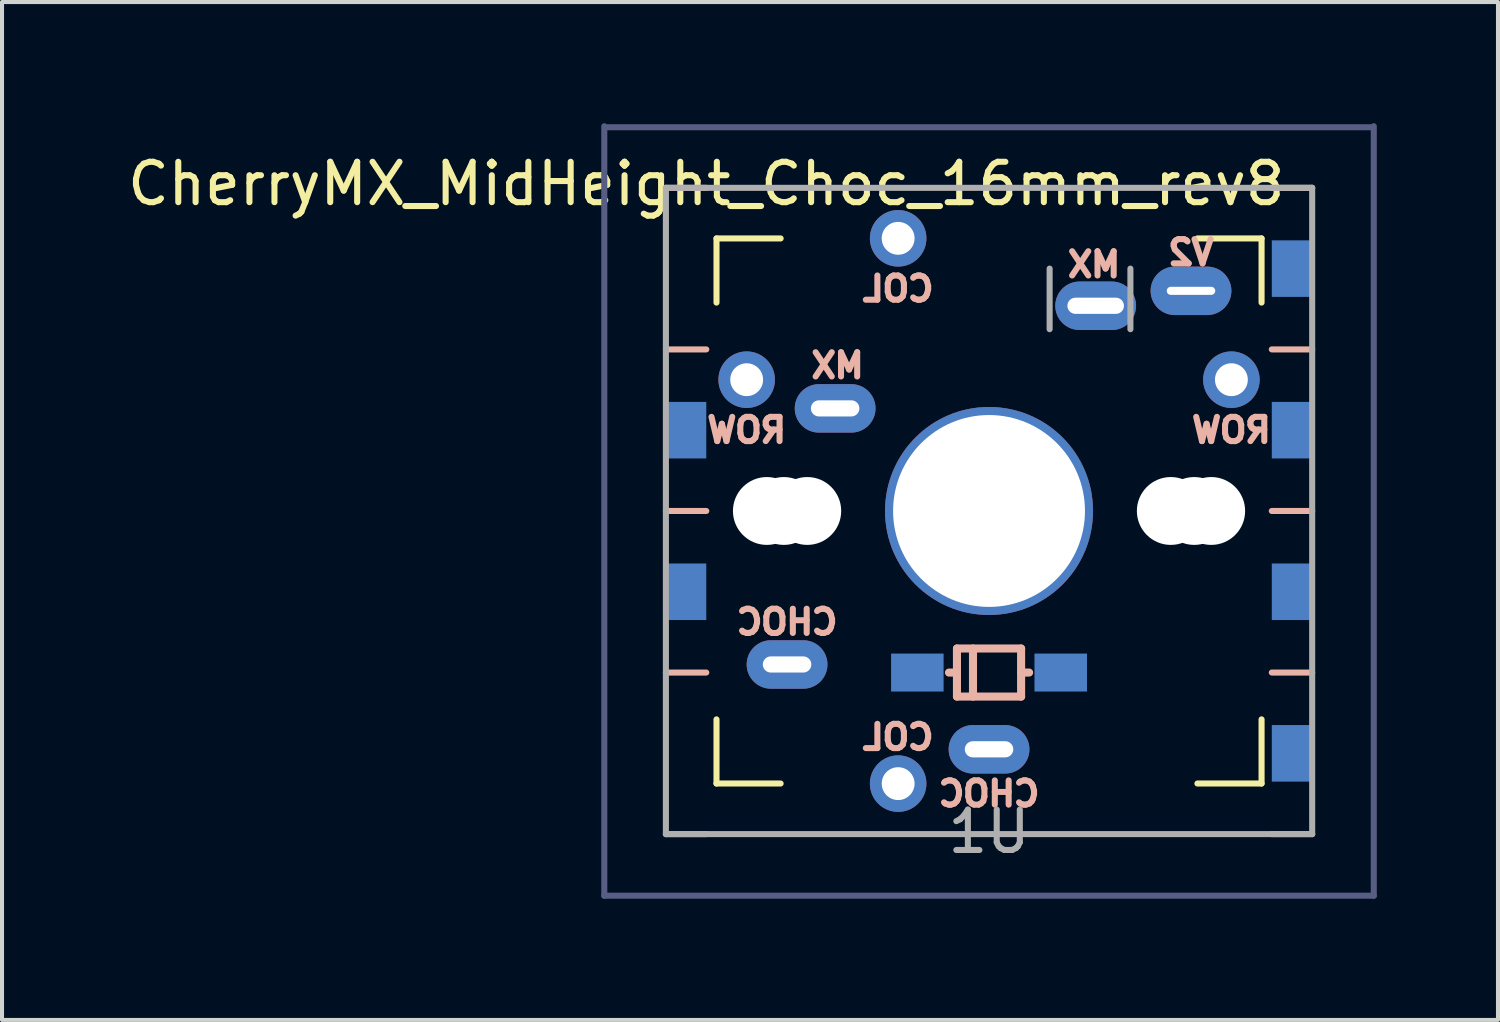
<source format=kicad_pcb>
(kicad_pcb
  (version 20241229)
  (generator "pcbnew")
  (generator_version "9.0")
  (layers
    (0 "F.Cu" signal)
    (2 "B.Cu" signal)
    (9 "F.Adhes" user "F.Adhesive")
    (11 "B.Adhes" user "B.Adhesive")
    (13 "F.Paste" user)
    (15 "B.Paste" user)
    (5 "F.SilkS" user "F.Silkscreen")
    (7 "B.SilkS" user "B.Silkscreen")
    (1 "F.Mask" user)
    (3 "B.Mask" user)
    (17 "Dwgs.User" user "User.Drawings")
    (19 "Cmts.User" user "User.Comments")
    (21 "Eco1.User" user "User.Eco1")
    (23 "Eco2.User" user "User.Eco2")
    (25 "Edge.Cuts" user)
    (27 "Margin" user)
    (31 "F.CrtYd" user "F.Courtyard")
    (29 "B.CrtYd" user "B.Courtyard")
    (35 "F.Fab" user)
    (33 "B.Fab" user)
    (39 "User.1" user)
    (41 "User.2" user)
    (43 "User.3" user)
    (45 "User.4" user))
  (footprint "CherryMX_MidHeight_Choc_16mm_rev8"
    (layer "F.Cu")
    (at 21.435 9.6)
    (property "Reference" "CherryMX_MidHeight_Choc_16mm_rev8" (at -7 -8.1 180) (layer "F.SilkS") (effects (font (size 1 1) (thickness 0.15))))
    (attr through_hole)
    (fp_line (start -6.747 -6.747) (end -5.159 -6.747) (stroke (width 0.15) (type solid)) (layer "F.SilkS"))
    (fp_line (start -6.747 -5.159) (end -6.747 -6.747) (stroke (width 0.15) (type solid)) (layer "F.SilkS"))
    (fp_line (start -6.747 6.747) (end -6.747 5.159) (stroke (width 0.15) (type solid)) (layer "F.SilkS"))
    (fp_line (start -5.159 6.747) (end -6.747 6.747) (stroke (width 0.15) (type solid)) (layer "F.SilkS"))
    (fp_line (start 5.159 -6.747) (end 6.747 -6.747) (stroke (width 0.15) (type solid)) (layer "F.SilkS"))
    (fp_line (start 6.747 -6.747) (end 6.747 -5.159) (stroke (width 0.15) (type solid)) (layer "F.SilkS"))
    (fp_line (start 6.747 5.159) (end 6.747 6.747) (stroke (width 0.15) (type solid)) (layer "F.SilkS"))
    (fp_line (start 6.747 6.747) (end 5.159 6.747) (stroke (width 0.15) (type solid)) (layer "F.SilkS"))
    (fp_line (start -7 -8) (end -8 -8) (stroke (width 0.15) (type solid)) (layer "B.SilkS"))
    (fp_line (start -7 -4) (end -8 -4) (stroke (width 0.15) (type solid)) (layer "B.SilkS"))
    (fp_line (start -7 0) (end -8 0) (stroke (width 0.15) (type solid)) (layer "B.SilkS"))
    (fp_line (start -7 4) (end -8 4) (stroke (width 0.15) (type solid)) (layer "B.SilkS"))
    (fp_line (start -7 8) (end -8 8) (stroke (width 0.15) (type solid)) (layer "B.SilkS"))
    (fp_line (start -0.992 4) (end -0.794 4) (stroke (width 0.2) (type solid)) (layer "B.SilkS"))
    (fp_line (start -0.794 3.405) (end -0.794 4.595) (stroke (width 0.2) (type solid)) (layer "B.SilkS"))
    (fp_line (start -0.794 4.595) (end 0.794 4.595) (stroke (width 0.2) (type solid)) (layer "B.SilkS"))
    (fp_line (start -0.397 4.595) (end -0.397 3.405) (stroke (width 0.2) (type solid)) (layer "B.SilkS"))
    (fp_line (start 0.794 3.405) (end -0.794 3.405) (stroke (width 0.2) (type solid)) (layer "B.SilkS"))
    (fp_line (start 0.794 4) (end 0.992 4) (stroke (width 0.2) (type solid)) (layer "B.SilkS"))
    (fp_line (start 0.794 4.595) (end 0.794 3.405) (stroke (width 0.2) (type solid)) (layer "B.SilkS"))
    (fp_line (start 8 -8) (end 7 -8) (stroke (width 0.15) (type solid)) (layer "B.SilkS"))
    (fp_line (start 8 -4) (end 7 -4) (stroke (width 0.15) (type solid)) (layer "B.SilkS"))
    (fp_line (start 8 0) (end 7 0) (stroke (width 0.15) (type solid)) (layer "B.SilkS"))
    (fp_line (start 8 4) (end 7 4) (stroke (width 0.15) (type solid)) (layer "B.SilkS"))
    (fp_line (start 8 8) (end 7 8) (stroke (width 0.15) (type solid)) (layer "B.SilkS"))
    (fp_line (start -9.525 9.525) (end -9.525 -9.525) (stroke (width 0.15) (type solid)) (layer "B.Fab"))
    (fp_line (start -9.5 -9.5) (end 9.5 -9.5) (stroke (width 0.15) (type solid)) (layer "B.Fab"))
    (fp_line (start 9.525 -9.525) (end 9.525 9.525) (stroke (width 0.15) (type solid)) (layer "B.Fab"))
    (fp_line (start 9.525 9.525) (end -9.525 9.525) (stroke (width 0.15) (type solid)) (layer "B.Fab"))
    (fp_line (start -8 -8) (end 8 -8) (stroke (width 0.15) (type solid)) (layer "F.Fab"))
    (fp_line (start -8 8) (end -8 -8) (stroke (width 0.15) (type solid)) (layer "F.Fab"))
    (fp_line (start 1.5 -6) (end 1.5 -4.5) (stroke (width 0.15) (type solid)) (layer "F.Fab"))
    (fp_line (start 3.5 -6) (end 3.5 -4.5) (stroke (width 0.15) (type solid)) (layer "F.Fab"))
    (fp_line (start 8 -8) (end 8 8) (stroke (width 0.15) (type solid)) (layer "F.Fab"))
    (fp_line (start 8 8) (end -8 8) (stroke (width 0.15) (type solid)) (layer "F.Fab"))
    (fp_text user "ROW" (at -6 -2 0) (unlocked yes) (layer "B.SilkS") (effects (font (size 0.6 0.6) (thickness 0.15)) (justify mirror)))
    (fp_text user "MX" (at -3.75 -3.6 0) (unlocked yes) (layer "B.SilkS") (effects (font (size 0.6 0.6) (thickness 0.15)) (justify mirror)))
    (fp_text user "CHOC" (at -5 2.75 0) (unlocked yes) (layer "B.SilkS") (effects (font (size 0.6 0.6) (thickness 0.15)) (justify mirror)))
    (fp_text user "ROW" (at 6 -2 0) (unlocked yes) (layer "B.SilkS") (effects (font (size 0.6 0.6) (thickness 0.15)) (justify mirror)))
    (fp_text user "CHOC" (at 0 7 0) (unlocked yes) (layer "B.SilkS") (effects (font (size 0.6 0.6) (thickness 0.15)) (justify mirror)))
    (fp_text user "COL" (at -2.25 -5.5 0) (unlocked yes) (layer "B.SilkS") (effects (font (size 0.6 0.6) (thickness 0.15)) (justify mirror)))
    (fp_text user "MX" (at 2.6 -6.1 0) (unlocked yes) (layer "B.SilkS") (effects (font (size 0.6 0.6) (thickness 0.15)) (justify mirror)))
    (fp_text user "V2" (at 5 -6.4 0) (unlocked yes) (layer "B.SilkS") (effects (font (size 0.6 0.6) (thickness 0.15)) (justify mirror)))
    (fp_text user "COL" (at -2.25 5.6 0) (unlocked yes) (layer "B.SilkS") (effects (font (size 0.6 0.6) (thickness 0.15)) (justify mirror)))
    (fp_text user "1U" (at 0 7.938 180) (layer "F.Fab") (effects (font (size 1 1) (thickness 0.15))))
    (pad "" np_thru_hole circle (at -5.5 0 180) (size 1.68 1.68) (drill 1.68) (layers "*.Cu" "*.Mask"))
    (pad "" np_thru_hole circle (at -5.08 0 180) (size 1.68 1.68) (drill 1.68) (layers "*.Cu" "*.Mask"))
    (pad "" np_thru_hole circle (at -4.5 0 180) (size 1.68 1.68) (drill 1.68) (layers "*.Cu" "*.Mask"))
    (pad "" np_thru_hole circle (at 0 0 270) (size 5.15 5.15) (drill 4.75) (layers "*.Cu" "*.Mask"))
    (pad "" np_thru_hole circle (at 4.5 0 180) (size 1.68 1.68) (drill 1.68) (layers "*.Cu" "*.Mask"))
    (pad "" thru_hole oval (at 5 -5.45 180) (size 2 1.2) (drill oval 1.2 0.2) (layers "*.Cu" "B.Mask"))
    (pad "" np_thru_hole circle (at 5.08 0 180) (size 1.68 1.68) (drill 1.68) (layers "*.Cu" "*.Mask"))
    (pad "" np_thru_hole circle (at 5.5 0 180) (size 1.68 1.68) (drill 1.68) (layers "*.Cu" "*.Mask"))
    (pad "0" thru_hole oval (at 0 5.9 180) (size 2 1.2) (drill oval 1.2 0.4) (layers "*.Cu" "B.Mask"))
    (pad "0" smd rect (at 1.775 4) (size 1.3 0.94) (layers "B.Cu" "B.Mask" "B.Paste"))
    (pad "0" thru_hole oval (at 2.64 -5.08) (size 2 1.2) (drill oval 1.4 0.4) (layers "*.Cu" "B.Mask"))
    (pad "1" thru_hole oval (at -5 3.8 180) (size 2 1.2) (drill oval 1.2 0.4) (layers "*.Cu" "B.Mask"))
    (pad "1" thru_hole oval (at -3.81 -2.54) (size 2 1.2) (drill oval 1.2 0.4) (layers "*.Cu" "B.Mask"))
    (pad "1" thru_hole circle (at -2.25 -6.75 90) (size 1.4 1.4) (drill 0.813) (layers "*.Cu" "B.Mask"))
    (pad "1" thru_hole circle (at -2.25 6.75 90) (size 1.4 1.4) (drill 0.813) (layers "*.Cu" "B.Mask"))
    (pad "2" smd rect (at -7.5 -2) (size 1 1.4) (layers "B.Cu" "B.Mask" "B.Paste"))
    (pad "2" smd rect (at -7.5 2) (size 1 1.4) (layers "B.Cu" "B.Mask" "B.Paste"))
    (pad "2" thru_hole circle (at -6 -3.25 90) (size 1.4 1.4) (drill 0.813) (layers "*.Cu" "B.Mask"))
    (pad "2" smd rect (at -1.775 4) (size 1.3 0.94) (layers "B.Cu" "B.Mask" "B.Paste"))
    (pad "2" thru_hole circle (at 6 -3.25 90) (size 1.4 1.4) (drill 0.813) (layers "*.Cu" "B.Mask"))
    (pad "2" smd rect (at 7.5 -6) (size 1 1.4) (layers "B.Cu" "B.Mask" "B.Paste"))
    (pad "2" smd rect (at 7.5 -2) (size 1 1.4) (layers "B.Cu" "B.Mask" "B.Paste"))
    (pad "2" smd rect (at 7.5 2) (size 1 1.4) (layers "B.Cu" "B.Mask" "B.Paste"))
    (pad "2" smd rect (at 7.5 6) (size 1 1.4) (layers "B.Cu" "B.Mask" "B.Paste")))
  (gr_rect
    (start -3 -3)
    (end 34.035 22.2)
    (stroke (width 0.1) (type default))
    (fill no)
    (layer "Edge.Cuts")))
</source>
